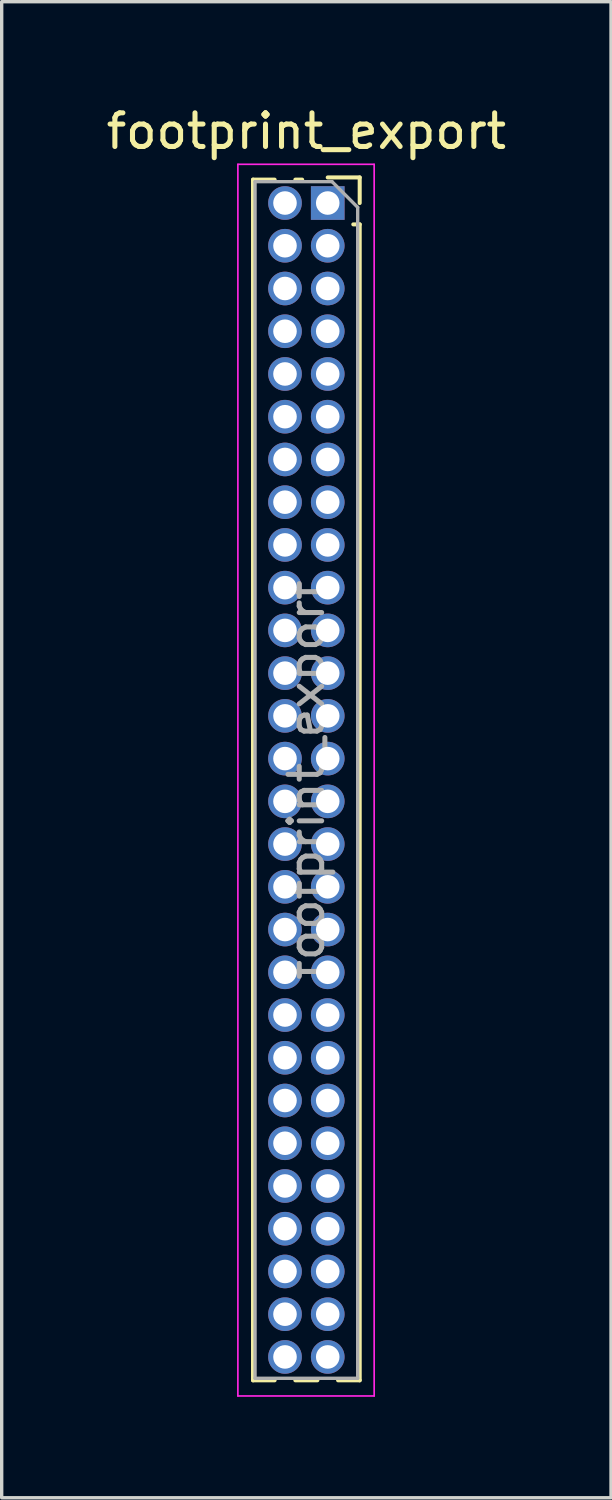
<source format=kicad_pcb>
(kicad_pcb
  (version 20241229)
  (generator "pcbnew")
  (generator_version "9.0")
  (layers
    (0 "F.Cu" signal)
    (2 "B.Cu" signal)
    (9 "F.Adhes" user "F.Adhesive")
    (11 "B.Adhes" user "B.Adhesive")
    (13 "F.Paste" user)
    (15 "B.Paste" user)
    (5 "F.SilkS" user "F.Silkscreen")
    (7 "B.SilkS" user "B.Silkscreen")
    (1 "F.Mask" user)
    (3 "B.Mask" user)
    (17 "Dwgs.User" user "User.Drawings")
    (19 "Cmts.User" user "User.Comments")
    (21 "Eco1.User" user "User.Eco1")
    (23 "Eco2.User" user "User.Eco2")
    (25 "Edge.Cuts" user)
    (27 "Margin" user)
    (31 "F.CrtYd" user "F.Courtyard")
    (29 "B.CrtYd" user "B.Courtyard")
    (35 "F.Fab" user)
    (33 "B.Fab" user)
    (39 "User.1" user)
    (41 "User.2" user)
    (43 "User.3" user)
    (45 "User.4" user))
  (footprint "footprint_export"
    (layer "F.Cu")
    (at 6.689 2.983)
    (property "Reference" "footprint_export" (at -0.635 -2.135 0) (layer "F.SilkS") (effects (font (size 1 1) (thickness 0.15))))
    (attr through_hole)
    (fp_line (start -2.22 -0.695) (end -2.22 34.985) (stroke (width 0.12) (type solid)) (layer "F.SilkS"))
    (fp_line (start -2.22 -0.695) (end -1.578 -0.695) (stroke (width 0.12) (type solid)) (layer "F.SilkS"))
    (fp_line (start -2.22 34.985) (end -1.578 34.985) (stroke (width 0.12) (type solid)) (layer "F.SilkS"))
    (fp_line (start -0.962 -0.695) (end -0.76 -0.695) (stroke (width 0.12) (type solid)) (layer "F.SilkS"))
    (fp_line (start -0.962 34.985) (end -0.308 34.985) (stroke (width 0.12) (type solid)) (layer "F.SilkS"))
    (fp_line (start 0 -0.76) (end 0.95 -0.76) (stroke (width 0.12) (type solid)) (layer "F.SilkS"))
    (fp_line (start 0.308 34.985) (end 0.95 34.985) (stroke (width 0.12) (type solid)) (layer "F.SilkS"))
    (fp_line (start 0.76 0.635) (end 0.95 0.635) (stroke (width 0.12) (type solid)) (layer "F.SilkS"))
    (fp_line (start 0.95 -0.76) (end 0.95 0) (stroke (width 0.12) (type solid)) (layer "F.SilkS"))
    (fp_line (start 0.95 0.635) (end 0.95 34.985) (stroke (width 0.12) (type solid)) (layer "F.SilkS"))
    (fp_line (start -2.67 -1.15) (end 1.38 -1.15) (stroke (width 0.05) (type solid)) (layer "F.CrtYd"))
    (fp_line (start -2.67 35.45) (end -2.67 -1.15) (stroke (width 0.05) (type solid)) (layer "F.CrtYd"))
    (fp_line (start 1.38 -1.15) (end 1.38 35.45) (stroke (width 0.05) (type solid)) (layer "F.CrtYd"))
    (fp_line (start 1.38 35.45) (end -2.67 35.45) (stroke (width 0.05) (type solid)) (layer "F.CrtYd"))
    (fp_line (start -2.16 -0.635) (end 0.128 -0.635) (stroke (width 0.1) (type solid)) (layer "F.Fab"))
    (fp_line (start -2.16 34.925) (end -2.16 -0.635) (stroke (width 0.1) (type solid)) (layer "F.Fab"))
    (fp_line (start 0.128 -0.635) (end 0.89 0.128) (stroke (width 0.1) (type solid)) (layer "F.Fab"))
    (fp_line (start 0.89 0.128) (end 0.89 34.925) (stroke (width 0.1) (type solid)) (layer "F.Fab"))
    (fp_line (start 0.89 34.925) (end -2.16 34.925) (stroke (width 0.1) (type solid)) (layer "F.Fab"))
    (fp_text user "${REFERENCE}" (at -0.635 17.145 90) (layer "F.Fab") (effects (font (size 1 1) (thickness 0.15))))
    (pad "1" thru_hole rect (at 0 0) (size 1 1) (drill 0.7) (layers "*.Cu" "*.Mask"))
    (pad "2" thru_hole oval (at -1.27 0) (size 1 1) (drill 0.7) (layers "*.Cu" "*.Mask"))
    (pad "3" thru_hole oval (at 0 1.27) (size 1 1) (drill 0.7) (layers "*.Cu" "*.Mask"))
    (pad "4" thru_hole oval (at -1.27 1.27) (size 1 1) (drill 0.7) (layers "*.Cu" "*.Mask"))
    (pad "5" thru_hole oval (at 0 2.54) (size 1 1) (drill 0.7) (layers "*.Cu" "*.Mask"))
    (pad "6" thru_hole oval (at -1.27 2.54) (size 1 1) (drill 0.7) (layers "*.Cu" "*.Mask"))
    (pad "7" thru_hole oval (at 0 3.81) (size 1 1) (drill 0.7) (layers "*.Cu" "*.Mask"))
    (pad "8" thru_hole oval (at -1.27 3.81) (size 1 1) (drill 0.7) (layers "*.Cu" "*.Mask"))
    (pad "9" thru_hole oval (at 0 5.08) (size 1 1) (drill 0.7) (layers "*.Cu" "*.Mask"))
    (pad "10" thru_hole oval (at -1.27 5.08) (size 1 1) (drill 0.7) (layers "*.Cu" "*.Mask"))
    (pad "11" thru_hole oval (at 0 6.35) (size 1 1) (drill 0.7) (layers "*.Cu" "*.Mask"))
    (pad "12" thru_hole oval (at -1.27 6.35) (size 1 1) (drill 0.7) (layers "*.Cu" "*.Mask"))
    (pad "13" thru_hole oval (at 0 7.62) (size 1 1) (drill 0.7) (layers "*.Cu" "*.Mask"))
    (pad "14" thru_hole oval (at -1.27 7.62) (size 1 1) (drill 0.7) (layers "*.Cu" "*.Mask"))
    (pad "15" thru_hole oval (at 0 8.89) (size 1 1) (drill 0.7) (layers "*.Cu" "*.Mask"))
    (pad "16" thru_hole oval (at -1.27 8.89) (size 1 1) (drill 0.7) (layers "*.Cu" "*.Mask"))
    (pad "17" thru_hole oval (at 0 10.16) (size 1 1) (drill 0.7) (layers "*.Cu" "*.Mask"))
    (pad "18" thru_hole oval (at -1.27 10.16) (size 1 1) (drill 0.7) (layers "*.Cu" "*.Mask"))
    (pad "19" thru_hole oval (at 0 11.43) (size 1 1) (drill 0.7) (layers "*.Cu" "*.Mask"))
    (pad "20" thru_hole oval (at -1.27 11.43) (size 1 1) (drill 0.7) (layers "*.Cu" "*.Mask"))
    (pad "21" thru_hole oval (at 0 12.7) (size 1 1) (drill 0.7) (layers "*.Cu" "*.Mask"))
    (pad "22" thru_hole oval (at -1.27 12.7) (size 1 1) (drill 0.7) (layers "*.Cu" "*.Mask"))
    (pad "23" thru_hole oval (at 0 13.97) (size 1 1) (drill 0.7) (layers "*.Cu" "*.Mask"))
    (pad "24" thru_hole oval (at -1.27 13.97) (size 1 1) (drill 0.7) (layers "*.Cu" "*.Mask"))
    (pad "25" thru_hole oval (at 0 15.24) (size 1 1) (drill 0.7) (layers "*.Cu" "*.Mask"))
    (pad "26" thru_hole oval (at -1.27 15.24) (size 1 1) (drill 0.7) (layers "*.Cu" "*.Mask"))
    (pad "27" thru_hole oval (at 0 16.51) (size 1 1) (drill 0.7) (layers "*.Cu" "*.Mask"))
    (pad "28" thru_hole oval (at -1.27 16.51) (size 1 1) (drill 0.7) (layers "*.Cu" "*.Mask"))
    (pad "29" thru_hole oval (at 0 17.78) (size 1 1) (drill 0.7) (layers "*.Cu" "*.Mask"))
    (pad "30" thru_hole oval (at -1.27 17.78) (size 1 1) (drill 0.7) (layers "*.Cu" "*.Mask"))
    (pad "31" thru_hole oval (at 0 19.05) (size 1 1) (drill 0.7) (layers "*.Cu" "*.Mask"))
    (pad "32" thru_hole oval (at -1.27 19.05) (size 1 1) (drill 0.7) (layers "*.Cu" "*.Mask"))
    (pad "33" thru_hole oval (at 0 20.32) (size 1 1) (drill 0.7) (layers "*.Cu" "*.Mask"))
    (pad "34" thru_hole oval (at -1.27 20.32) (size 1 1) (drill 0.7) (layers "*.Cu" "*.Mask"))
    (pad "35" thru_hole oval (at 0 21.59) (size 1 1) (drill 0.7) (layers "*.Cu" "*.Mask"))
    (pad "36" thru_hole oval (at -1.27 21.59) (size 1 1) (drill 0.7) (layers "*.Cu" "*.Mask"))
    (pad "37" thru_hole oval (at 0 22.86) (size 1 1) (drill 0.7) (layers "*.Cu" "*.Mask"))
    (pad "38" thru_hole oval (at -1.27 22.86) (size 1 1) (drill 0.7) (layers "*.Cu" "*.Mask"))
    (pad "39" thru_hole oval (at 0 24.13) (size 1 1) (drill 0.7) (layers "*.Cu" "*.Mask"))
    (pad "40" thru_hole oval (at -1.27 24.13) (size 1 1) (drill 0.7) (layers "*.Cu" "*.Mask"))
    (pad "41" thru_hole oval (at 0 25.4) (size 1 1) (drill 0.7) (layers "*.Cu" "*.Mask"))
    (pad "42" thru_hole oval (at -1.27 25.4) (size 1 1) (drill 0.7) (layers "*.Cu" "*.Mask"))
    (pad "43" thru_hole oval (at 0 26.67) (size 1 1) (drill 0.7) (layers "*.Cu" "*.Mask"))
    (pad "44" thru_hole oval (at -1.27 26.67) (size 1 1) (drill 0.7) (layers "*.Cu" "*.Mask"))
    (pad "45" thru_hole oval (at 0 27.94) (size 1 1) (drill 0.7) (layers "*.Cu" "*.Mask"))
    (pad "46" thru_hole oval (at -1.27 27.94) (size 1 1) (drill 0.7) (layers "*.Cu" "*.Mask"))
    (pad "47" thru_hole oval (at 0 29.21) (size 1 1) (drill 0.7) (layers "*.Cu" "*.Mask"))
    (pad "48" thru_hole oval (at -1.27 29.21) (size 1 1) (drill 0.7) (layers "*.Cu" "*.Mask"))
    (pad "49" thru_hole oval (at 0 30.48) (size 1 1) (drill 0.7) (layers "*.Cu" "*.Mask"))
    (pad "50" thru_hole oval (at -1.27 30.48) (size 1 1) (drill 0.7) (layers "*.Cu" "*.Mask"))
    (pad "51" thru_hole oval (at 0 31.75) (size 1 1) (drill 0.7) (layers "*.Cu" "*.Mask"))
    (pad "52" thru_hole oval (at -1.27 31.75) (size 1 1) (drill 0.7) (layers "*.Cu" "*.Mask"))
    (pad "53" thru_hole oval (at 0 33.02) (size 1 1) (drill 0.7) (layers "*.Cu" "*.Mask"))
    (pad "54" thru_hole oval (at -1.27 33.02) (size 1 1) (drill 0.7) (layers "*.Cu" "*.Mask"))
    (pad "55" thru_hole oval (at 0 34.29) (size 1 1) (drill 0.7) (layers "*.Cu" "*.Mask"))
    (pad "56" thru_hole oval (at -1.27 34.29) (size 1 1) (drill 0.7) (layers "*.Cu" "*.Mask")))
  (gr_rect
    (start -3 -3)
    (end 15.107 41.458)
    (stroke (width 0.1) (type default))
    (fill no)
    (layer "Edge.Cuts")))
</source>
